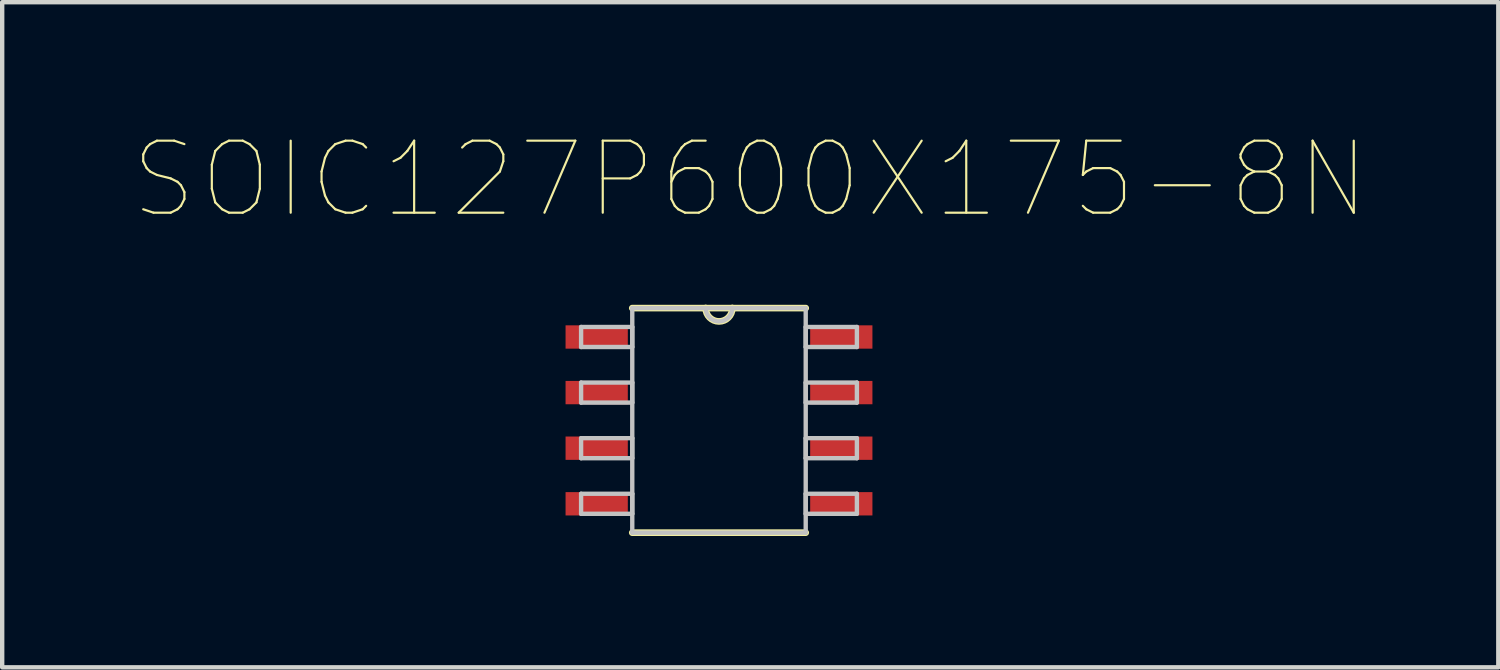
<source format=kicad_pcb>
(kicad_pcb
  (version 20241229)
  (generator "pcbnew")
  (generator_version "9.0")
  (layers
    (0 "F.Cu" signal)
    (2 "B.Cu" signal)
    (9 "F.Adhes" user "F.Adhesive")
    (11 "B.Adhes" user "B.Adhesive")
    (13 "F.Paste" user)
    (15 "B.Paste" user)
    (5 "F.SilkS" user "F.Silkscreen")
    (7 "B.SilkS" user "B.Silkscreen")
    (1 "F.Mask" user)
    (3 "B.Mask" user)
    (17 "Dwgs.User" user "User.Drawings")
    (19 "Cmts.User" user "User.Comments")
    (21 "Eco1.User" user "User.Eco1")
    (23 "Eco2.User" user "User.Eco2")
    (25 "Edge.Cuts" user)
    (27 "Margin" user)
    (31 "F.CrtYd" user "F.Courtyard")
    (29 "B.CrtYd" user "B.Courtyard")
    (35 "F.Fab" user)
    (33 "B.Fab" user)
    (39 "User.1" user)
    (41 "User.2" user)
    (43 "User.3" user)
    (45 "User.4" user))
  (footprint "SOIC127P600X175-8N"
    (layer "F.Cu")
    (at 13.374 6.553)
    (property "Reference" "SOIC127P600X175-8N" (at 0.713 -5.503 0) (layer "F.SilkS") (effects (font (size 1.645 1.645) (thickness 0.05))))
    (attr smd)
    (fp_line (start -1.981 2.565) (end 1.981 2.565) (stroke (width 0.152) (type solid)) (layer "F.SilkS"))
    (fp_line (start -0.305 -2.565) (end -1.981 -2.565) (stroke (width 0.152) (type solid)) (layer "F.SilkS"))
    (fp_line (start 0.305 -2.565) (end -0.305 -2.565) (stroke (width 0.152) (type solid)) (layer "F.SilkS"))
    (fp_line (start 1.981 -2.565) (end 0.305 -2.565) (stroke (width 0.152) (type solid)) (layer "F.SilkS"))
    (fp_arc (start 0.3048 -2.5654) (mid 0 -2.2606) (end -0.3048 -2.5654) (stroke (width 0.1524) (type solid)) (layer "F.SilkS"))
    (fp_line (start -3.15 -2.134) (end -3.15 -1.676) (stroke (width 0.1) (type solid)) (layer "Dwgs.User"))
    (fp_line (start -3.15 -1.676) (end -1.981 -1.676) (stroke (width 0.1) (type solid)) (layer "Dwgs.User"))
    (fp_line (start -3.15 -0.864) (end -3.15 -0.406) (stroke (width 0.1) (type solid)) (layer "Dwgs.User"))
    (fp_line (start -3.15 -0.406) (end -1.981 -0.406) (stroke (width 0.1) (type solid)) (layer "Dwgs.User"))
    (fp_line (start -3.15 0.406) (end -3.15 0.864) (stroke (width 0.1) (type solid)) (layer "Dwgs.User"))
    (fp_line (start -3.15 0.864) (end -1.981 0.864) (stroke (width 0.1) (type solid)) (layer "Dwgs.User"))
    (fp_line (start -3.15 1.676) (end -3.15 2.134) (stroke (width 0.1) (type solid)) (layer "Dwgs.User"))
    (fp_line (start -3.15 2.134) (end -1.981 2.134) (stroke (width 0.1) (type solid)) (layer "Dwgs.User"))
    (fp_line (start -1.981 -2.565) (end -1.981 2.565) (stroke (width 0.1) (type solid)) (layer "Dwgs.User"))
    (fp_line (start -1.981 -2.134) (end -3.15 -2.134) (stroke (width 0.1) (type solid)) (layer "Dwgs.User"))
    (fp_line (start -1.981 -1.676) (end -1.981 -2.134) (stroke (width 0.1) (type solid)) (layer "Dwgs.User"))
    (fp_line (start -1.981 -0.864) (end -3.15 -0.864) (stroke (width 0.1) (type solid)) (layer "Dwgs.User"))
    (fp_line (start -1.981 -0.406) (end -1.981 -0.864) (stroke (width 0.1) (type solid)) (layer "Dwgs.User"))
    (fp_line (start -1.981 0.406) (end -3.15 0.406) (stroke (width 0.1) (type solid)) (layer "Dwgs.User"))
    (fp_line (start -1.981 0.864) (end -1.981 0.406) (stroke (width 0.1) (type solid)) (layer "Dwgs.User"))
    (fp_line (start -1.981 1.676) (end -3.15 1.676) (stroke (width 0.1) (type solid)) (layer "Dwgs.User"))
    (fp_line (start -1.981 2.134) (end -1.981 1.676) (stroke (width 0.1) (type solid)) (layer "Dwgs.User"))
    (fp_line (start -1.981 2.565) (end 1.981 2.565) (stroke (width 0.1) (type solid)) (layer "Dwgs.User"))
    (fp_line (start -0.305 -2.565) (end -1.981 -2.565) (stroke (width 0.1) (type solid)) (layer "Dwgs.User"))
    (fp_line (start 0.305 -2.565) (end -0.305 -2.565) (stroke (width 0.1) (type solid)) (layer "Dwgs.User"))
    (fp_line (start 1.981 -2.565) (end 0.305 -2.565) (stroke (width 0.1) (type solid)) (layer "Dwgs.User"))
    (fp_line (start 1.981 -2.134) (end 1.981 -1.676) (stroke (width 0.1) (type solid)) (layer "Dwgs.User"))
    (fp_line (start 1.981 -1.676) (end 3.15 -1.676) (stroke (width 0.1) (type solid)) (layer "Dwgs.User"))
    (fp_line (start 1.981 -0.864) (end 1.981 -0.406) (stroke (width 0.1) (type solid)) (layer "Dwgs.User"))
    (fp_line (start 1.981 -0.406) (end 3.15 -0.406) (stroke (width 0.1) (type solid)) (layer "Dwgs.User"))
    (fp_line (start 1.981 0.406) (end 1.981 0.864) (stroke (width 0.1) (type solid)) (layer "Dwgs.User"))
    (fp_line (start 1.981 0.864) (end 3.15 0.864) (stroke (width 0.1) (type solid)) (layer "Dwgs.User"))
    (fp_line (start 1.981 1.676) (end 1.981 2.134) (stroke (width 0.1) (type solid)) (layer "Dwgs.User"))
    (fp_line (start 1.981 2.134) (end 3.15 2.134) (stroke (width 0.1) (type solid)) (layer "Dwgs.User"))
    (fp_line (start 1.981 2.565) (end 1.981 -2.565) (stroke (width 0.1) (type solid)) (layer "Dwgs.User"))
    (fp_line (start 3.15 -2.134) (end 1.981 -2.134) (stroke (width 0.1) (type solid)) (layer "Dwgs.User"))
    (fp_line (start 3.15 -1.676) (end 3.15 -2.134) (stroke (width 0.1) (type solid)) (layer "Dwgs.User"))
    (fp_line (start 3.15 -0.864) (end 1.981 -0.864) (stroke (width 0.1) (type solid)) (layer "Dwgs.User"))
    (fp_line (start 3.15 -0.406) (end 3.15 -0.864) (stroke (width 0.1) (type solid)) (layer "Dwgs.User"))
    (fp_line (start 3.15 0.406) (end 1.981 0.406) (stroke (width 0.1) (type solid)) (layer "Dwgs.User"))
    (fp_line (start 3.15 0.864) (end 3.15 0.406) (stroke (width 0.1) (type solid)) (layer "Dwgs.User"))
    (fp_line (start 3.15 1.676) (end 1.981 1.676) (stroke (width 0.1) (type solid)) (layer "Dwgs.User"))
    (fp_line (start 3.15 2.134) (end 3.15 1.676) (stroke (width 0.1) (type solid)) (layer "Dwgs.User"))
    (fp_arc (start 0.3048 -2.5654) (mid 0 -2.2606) (end -0.3048 -2.5654) (stroke (width 0.1) (type solid)) (layer "Dwgs.User"))
    (pad "1" smd rect (at -2.794 -1.905) (size 1.422 0.533) (layers "F.Cu" "F.Mask" "F.Paste"))
    (pad "2" smd rect (at -2.794 -0.635) (size 1.422 0.533) (layers "F.Cu" "F.Mask" "F.Paste"))
    (pad "3" smd rect (at -2.794 0.635) (size 1.422 0.533) (layers "F.Cu" "F.Mask" "F.Paste"))
    (pad "4" smd rect (at -2.794 1.905) (size 1.422 0.533) (layers "F.Cu" "F.Mask" "F.Paste"))
    (pad "5" smd rect (at 2.794 1.905) (size 1.422 0.533) (layers "F.Cu" "F.Mask" "F.Paste"))
    (pad "6" smd rect (at 2.794 0.635) (size 1.422 0.533) (layers "F.Cu" "F.Mask" "F.Paste"))
    (pad "7" smd rect (at 2.794 -0.635) (size 1.422 0.533) (layers "F.Cu" "F.Mask" "F.Paste"))
    (pad "8" smd rect (at 2.794 -1.905) (size 1.422 0.533) (layers "F.Cu" "F.Mask" "F.Paste")))
  (gr_rect
    (start -3 -3)
    (end 31.176 12.194)
    (stroke (width 0.1) (type default))
    (fill no)
    (layer "Edge.Cuts")))
</source>
